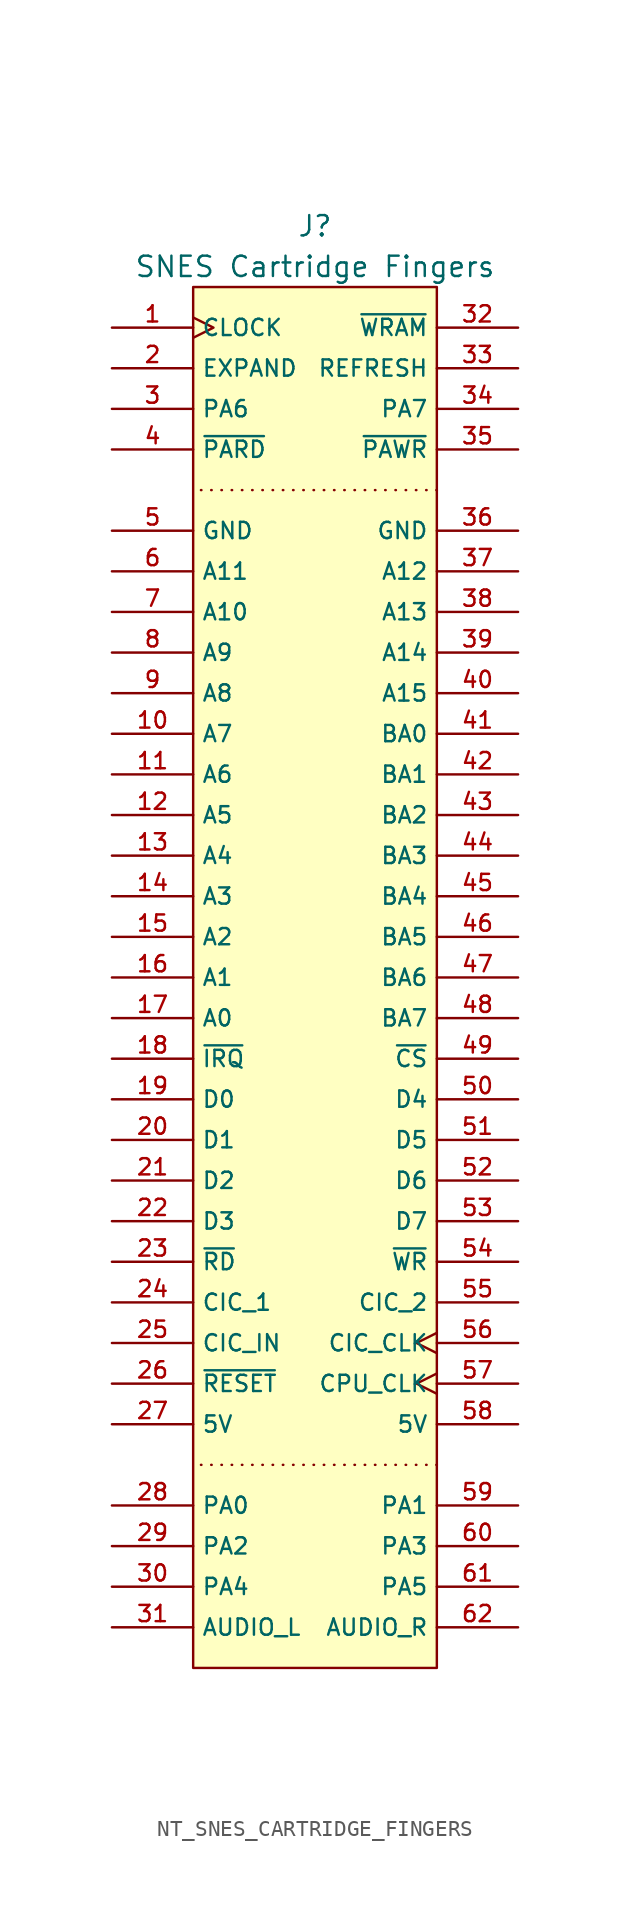
<source format=kicad_sym>
(kicad_symbol_lib
  (version 20231120)
  (generator "kicad_symbol_editor")
  (generator_version "8.0")
  (symbol "NT_SNES_CARTRIDGE_FINGERS"
    (property "Reference" "J"
      (at 7.62 3.81 0)
      (effects (font (size 1.27 1.27))))
    (property "Value" "SNES Cartridge Fingers"
      (at 7.62 1.27 0)
      (effects (font (size 1.27 1.27))))
    (symbol "NT_SNES_CARTRIDGE_FINGERS_1_1"
      (polyline (pts (xy 15.24 -73.66) (xy 0 -73.66)) (stroke (width 0) (type dot)) (fill (type none)))
      (polyline (pts (xy 15.24 -12.7) (xy 0 -12.7)) (stroke (width 0) (type dot)) (fill (type none)))
      (rectangle (start 0 0) (end 15.24 -86.36) (stroke (width 0) (type default)) (fill (type background)))
      (pin input clock (at -5.08 -2.54 0) (length 5.08) (name "CLOCK" (effects (font (size 1.016 1.016)))) (number "1" (effects (font (size 1.016 1.016)))))
      (pin passive line (at -5.08 -27.94 0) (length 5.08) (name "A7" (effects (font (size 1.016 1.016)))) (number "10" (effects (font (size 1.016 1.016)))))
      (pin passive line (at -5.08 -30.48 0) (length 5.08) (name "A6" (effects (font (size 1.016 1.016)))) (number "11" (effects (font (size 1.016 1.016)))))
      (pin passive line (at -5.08 -33.02 0) (length 5.08) (name "A5" (effects (font (size 1.016 1.016)))) (number "12" (effects (font (size 1.016 1.016)))))
      (pin passive line (at -5.08 -35.56 0) (length 5.08) (name "A4" (effects (font (size 1.016 1.016)))) (number "13" (effects (font (size 1.016 1.016)))))
      (pin passive line (at -5.08 -38.1 0) (length 5.08) (name "A3" (effects (font (size 1.016 1.016)))) (number "14" (effects (font (size 1.016 1.016)))))
      (pin passive line (at -5.08 -40.64 0) (length 5.08) (name "A2" (effects (font (size 1.016 1.016)))) (number "15" (effects (font (size 1.016 1.016)))))
      (pin passive line (at -5.08 -43.18 0) (length 5.08) (name "A1" (effects (font (size 1.016 1.016)))) (number "16" (effects (font (size 1.016 1.016)))))
      (pin passive line (at -5.08 -45.72 0) (length 5.08) (name "A0" (effects (font (size 1.016 1.016)))) (number "17" (effects (font (size 1.016 1.016)))))
      (pin passive line (at -5.08 -48.26 0) (length 5.08) (name "~{IRQ}" (effects (font (size 1.016 1.016)))) (number "18" (effects (font (size 1.016 1.016)))))
      (pin passive line (at -5.08 -50.8 0) (length 5.08) (name "D0" (effects (font (size 1.016 1.016)))) (number "19" (effects (font (size 1.016 1.016)))))
      (pin passive line (at -5.08 -5.08 0) (length 5.08) (name "EXPAND" (effects (font (size 1.016 1.016)))) (number "2" (effects (font (size 1.016 1.016)))))
      (pin passive line (at -5.08 -53.34 0) (length 5.08) (name "D1" (effects (font (size 1.016 1.016)))) (number "20" (effects (font (size 1.016 1.016)))))
      (pin passive line (at -5.08 -55.88 0) (length 5.08) (name "D2" (effects (font (size 1.016 1.016)))) (number "21" (effects (font (size 1.016 1.016)))))
      (pin passive line (at -5.08 -58.42 0) (length 5.08) (name "D3" (effects (font (size 1.016 1.016)))) (number "22" (effects (font (size 1.016 1.016)))))
      (pin passive line (at -5.08 -60.96 0) (length 5.08) (name "~{RD}" (effects (font (size 1.016 1.016)))) (number "23" (effects (font (size 1.016 1.016)))))
      (pin passive line (at -5.08 -63.5 0) (length 5.08) (name "CIC_1" (effects (font (size 1.016 1.016)))) (number "24" (effects (font (size 1.016 1.016)))))
      (pin passive line (at -5.08 -66.04 0) (length 5.08) (name "CIC_IN" (effects (font (size 1.016 1.016)))) (number "25" (effects (font (size 1.016 1.016)))))
      (pin passive line (at -5.08 -68.58 0) (length 5.08) (name "~{RESET}" (effects (font (size 1.016 1.016)))) (number "26" (effects (font (size 1.016 1.016)))))
      (pin power_in line (at -5.08 -71.12 0) (length 5.08) (name "5V" (effects (font (size 1.016 1.016)))) (number "27" (effects (font (size 1.016 1.016)))))
      (pin passive line (at -5.08 -76.2 0) (length 5.08) (name "PA0" (effects (font (size 1.016 1.016)))) (number "28" (effects (font (size 1.016 1.016)))))
      (pin passive line (at -5.08 -78.74 0) (length 5.08) (name "PA2" (effects (font (size 1.016 1.016)))) (number "29" (effects (font (size 1.016 1.016)))))
      (pin passive line (at -5.08 -7.62 0) (length 5.08) (name "PA6" (effects (font (size 1.016 1.016)))) (number "3" (effects (font (size 1.016 1.016)))))
      (pin passive line (at -5.08 -81.28 0) (length 5.08) (name "PA4" (effects (font (size 1.016 1.016)))) (number "30" (effects (font (size 1.016 1.016)))))
      (pin input line (at -5.08 -83.82 0) (length 5.08) (name "AUDIO_L" (effects (font (size 1.016 1.016)))) (number "31" (effects (font (size 1.016 1.016)))))
      (pin passive line (at 20.32 -2.54 180) (length 5.08) (name "~{WRAM}" (effects (font (size 1.016 1.016)))) (number "32" (effects (font (size 1.016 1.016)))))
      (pin passive line (at 20.32 -5.08 180) (length 5.08) (name "REFRESH" (effects (font (size 1.016 1.016)))) (number "33" (effects (font (size 1.016 1.016)))))
      (pin passive line (at 20.32 -7.62 180) (length 5.08) (name "PA7" (effects (font (size 1.016 1.016)))) (number "34" (effects (font (size 1.016 1.016)))))
      (pin passive line (at 20.32 -10.16 180) (length 5.08) (name "~{PAWR}" (effects (font (size 1.016 1.016)))) (number "35" (effects (font (size 1.016 1.016)))))
      (pin power_in line (at 20.32 -15.24 180) (length 5.08) (name "GND" (effects (font (size 1.016 1.016)))) (number "36" (effects (font (size 1.016 1.016)))))
      (pin passive line (at 20.32 -17.78 180) (length 5.08) (name "A12" (effects (font (size 1.016 1.016)))) (number "37" (effects (font (size 1.016 1.016)))))
      (pin passive line (at 20.32 -20.32 180) (length 5.08) (name "A13" (effects (font (size 1.016 1.016)))) (number "38" (effects (font (size 1.016 1.016)))))
      (pin passive line (at 20.32 -22.86 180) (length 5.08) (name "A14" (effects (font (size 1.016 1.016)))) (number "39" (effects (font (size 1.016 1.016)))))
      (pin passive line (at -5.08 -10.16 0) (length 5.08) (name "~{PARD}" (effects (font (size 1.016 1.016)))) (number "4" (effects (font (size 1.016 1.016)))))
      (pin passive line (at 20.32 -25.4 180) (length 5.08) (name "A15" (effects (font (size 1.016 1.016)))) (number "40" (effects (font (size 1.016 1.016)))))
      (pin passive line (at 20.32 -27.94 180) (length 5.08) (name "BA0" (effects (font (size 1.016 1.016)))) (number "41" (effects (font (size 1.016 1.016)))))
      (pin passive line (at 20.32 -30.48 180) (length 5.08) (name "BA1" (effects (font (size 1.016 1.016)))) (number "42" (effects (font (size 1.016 1.016)))))
      (pin passive line (at 20.32 -33.02 180) (length 5.08) (name "BA2" (effects (font (size 1.016 1.016)))) (number "43" (effects (font (size 1.016 1.016)))))
      (pin passive line (at 20.32 -35.56 180) (length 5.08) (name "BA3" (effects (font (size 1.016 1.016)))) (number "44" (effects (font (size 1.016 1.016)))))
      (pin passive line (at 20.32 -38.1 180) (length 5.08) (name "BA4" (effects (font (size 1.016 1.016)))) (number "45" (effects (font (size 1.016 1.016)))))
      (pin passive line (at 20.32 -40.64 180) (length 5.08) (name "BA5" (effects (font (size 1.016 1.016)))) (number "46" (effects (font (size 1.016 1.016)))))
      (pin passive line (at 20.32 -43.18 180) (length 5.08) (name "BA6" (effects (font (size 1.016 1.016)))) (number "47" (effects (font (size 1.016 1.016)))))
      (pin passive line (at 20.32 -45.72 180) (length 5.08) (name "BA7" (effects (font (size 1.016 1.016)))) (number "48" (effects (font (size 1.016 1.016)))))
      (pin passive line (at 20.32 -48.26 180) (length 5.08) (name "~{CS}" (effects (font (size 1.016 1.016)))) (number "49" (effects (font (size 1.016 1.016)))))
      (pin power_in line (at -5.08 -15.24 0) (length 5.08) (name "GND" (effects (font (size 1.016 1.016)))) (number "5" (effects (font (size 1.016 1.016)))))
      (pin passive line (at 20.32 -50.8 180) (length 5.08) (name "D4" (effects (font (size 1.016 1.016)))) (number "50" (effects (font (size 1.016 1.016)))))
      (pin passive line (at 20.32 -53.34 180) (length 5.08) (name "D5" (effects (font (size 1.016 1.016)))) (number "51" (effects (font (size 1.016 1.016)))))
      (pin passive line (at 20.32 -55.88 180) (length 5.08) (name "D6" (effects (font (size 1.016 1.016)))) (number "52" (effects (font (size 1.016 1.016)))))
      (pin passive line (at 20.32 -58.42 180) (length 5.08) (name "D7" (effects (font (size 1.016 1.016)))) (number "53" (effects (font (size 1.016 1.016)))))
      (pin passive line (at 20.32 -60.96 180) (length 5.08) (name "~{WR}" (effects (font (size 1.016 1.016)))) (number "54" (effects (font (size 1.016 1.016)))))
      (pin passive line (at 20.32 -63.5 180) (length 5.08) (name "CIC_2" (effects (font (size 1.016 1.016)))) (number "55" (effects (font (size 1.016 1.016)))))
      (pin passive clock (at 20.32 -66.04 180) (length 5.08) (name "CIC_CLK" (effects (font (size 1.016 1.016)))) (number "56" (effects (font (size 1.016 1.016)))))
      (pin passive clock (at 20.32 -68.58 180) (length 5.08) (name "CPU_CLK" (effects (font (size 1.016 1.016)))) (number "57" (effects (font (size 1.016 1.016)))))
      (pin power_in line (at 20.32 -71.12 180) (length 5.08) (name "5V" (effects (font (size 1.016 1.016)))) (number "58" (effects (font (size 1.016 1.016)))))
      (pin passive line (at 20.32 -76.2 180) (length 5.08) (name "PA1" (effects (font (size 1.016 1.016)))) (number "59" (effects (font (size 1.016 1.016)))))
      (pin passive line (at -5.08 -17.78 0) (length 5.08) (name "A11" (effects (font (size 1.016 1.016)))) (number "6" (effects (font (size 1.016 1.016)))))
      (pin passive line (at 20.32 -78.74 180) (length 5.08) (name "PA3" (effects (font (size 1.016 1.016)))) (number "60" (effects (font (size 1.016 1.016)))))
      (pin passive line (at 20.32 -81.28 180) (length 5.08) (name "PA5" (effects (font (size 1.016 1.016)))) (number "61" (effects (font (size 1.016 1.016)))))
      (pin input line (at 20.32 -83.82 180) (length 5.08) (name "AUDIO_R" (effects (font (size 1.016 1.016)))) (number "62" (effects (font (size 1.016 1.016)))))
      (pin passive line (at -5.08 -20.32 0) (length 5.08) (name "A10" (effects (font (size 1.016 1.016)))) (number "7" (effects (font (size 1.016 1.016)))))
      (pin passive line (at -5.08 -22.86 0) (length 5.08) (name "A9" (effects (font (size 1.016 1.016)))) (number "8" (effects (font (size 1.016 1.016)))))
      (pin passive line (at -5.08 -25.4 0) (length 5.08) (name "A8" (effects (font (size 1.016 1.016)))) (number "9" (effects (font (size 1.016 1.016))))))))
</source>
